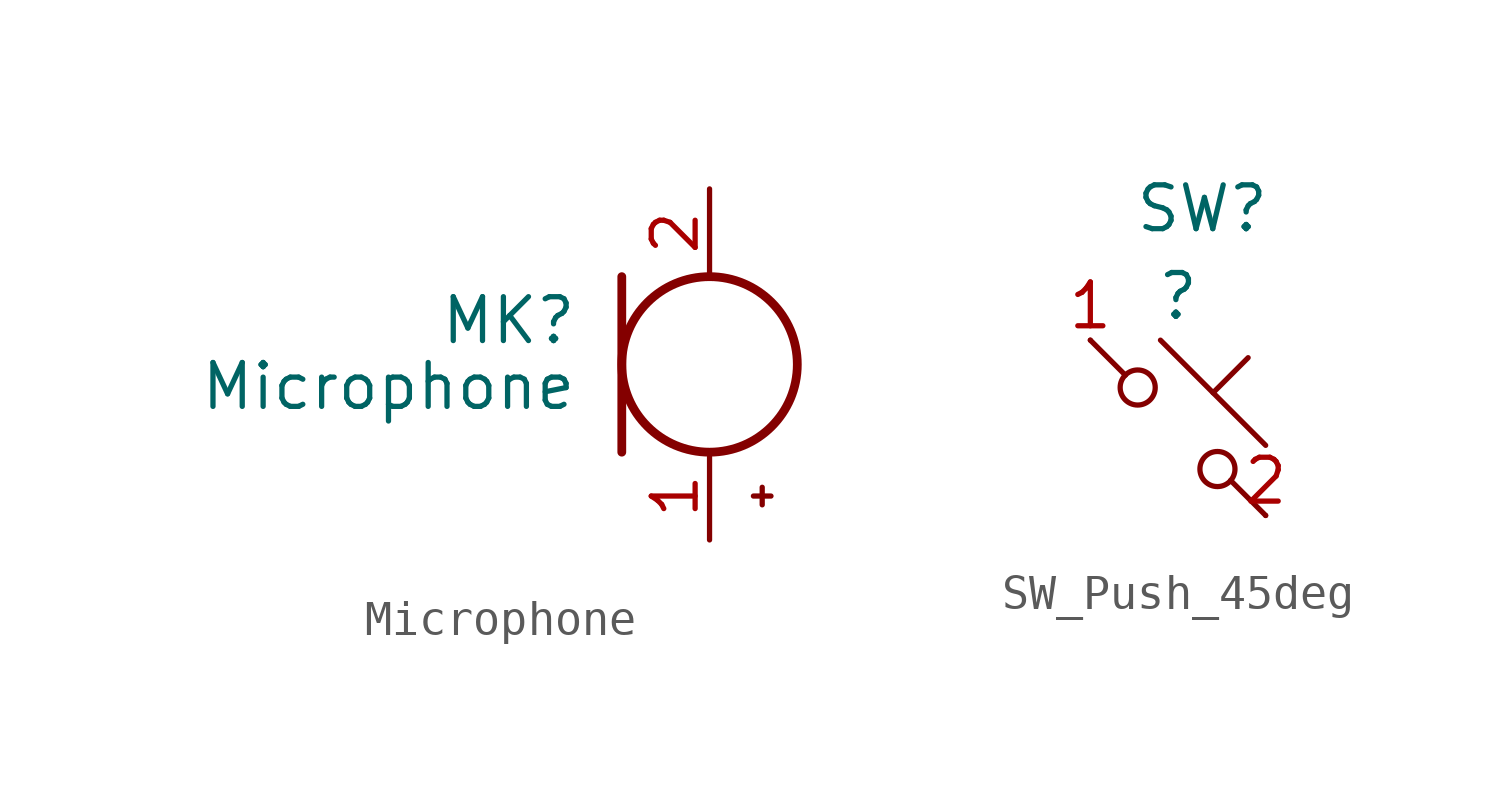
<source format=kicad_sym>
(kicad_symbol_lib
  (version 20220914)
  (generator kicad_symbol_editor)
  (symbol "Microphone"
    (pin_names
      (offset 0.025) hide)
    (property "Reference" "MK"
      (at -3.81 1.27 0)
      (effects (font (size 1.27 1.27)) (justify right)))
    (property "Value" "Microphone"
      (at -3.81 -0.635 0)
      (effects (font (size 1.27 1.27)) (justify right)))
    (symbol "Microphone_0_1"
      (polyline (pts (xy -2.54 2.54) (xy -2.54 -2.54)) (stroke (width 0.254) (type default)) (fill (type none)))
      (polyline (pts (xy 1.27 -3.81) (xy 1.778 -3.81)) (stroke (width 0) (type default)) (fill (type none)))
      (polyline (pts (xy 1.524 -3.556) (xy 1.524 -4.064)) (stroke (width 0) (type default)) (fill (type none)))
      (circle (center 0 0) (radius 2.54) (stroke (width 0.254) (type default)) (fill (type none))))
    (symbol "Microphone_1_1"
      (pin passive line (at 0 -5.08 90) (length 2.54) (name "+" (effects (font (size 1.27 1.27)))) (number "1" (effects (font (size 1.27 1.27)))))
      (pin passive line (at 0 5.08 270) (length 2.54) (name "-" (effects (font (size 1.27 1.27)))) (number "2" (effects (font (size 1.27 1.27)))))))
  (symbol "SW_Push_45deg"
    (pin_names
      (offset 1.016) hide)
    (property "Reference" "SW"
      (at -1.27 6.35 0)
      (effects (font (size 1.27 1.27)) (justify left)))
    (property "Value" "?"
      (at 0 3.81 0)
      (effects (font (size 1.27 1.27))))
    (symbol "SW_Push_45deg_0_1"
      (circle (center -1.168 1.168) (radius 0.508) (stroke (width 0) (type default)) (fill (type none)))
      (polyline (pts (xy -0.508 2.54) (xy 2.54 -0.508)) (stroke (width 0) (type default)) (fill (type none)))
      (polyline (pts (xy 1.016 1.016) (xy 2.032 2.032)) (stroke (width 0) (type default)) (fill (type none)))
      (polyline (pts (xy -2.54 2.54) (xy -1.524 1.524) (xy -1.524 1.524)) (stroke (width 0) (type default)) (fill (type none)))
      (polyline (pts (xy 1.524 -1.524) (xy 2.54 -2.54) (xy 2.54 -2.54) (xy 2.54 -2.54)) (stroke (width 0) (type default)) (fill (type none)))
      (circle (center 1.143 -1.194) (radius 0.508) (stroke (width 0) (type default)) (fill (type none)))
      (pin passive line (at -2.54 2.54 0) (length 0) (name "1" (effects (font (size 1.27 1.27)))) (number "1" (effects (font (size 1.27 1.27)))))
      (pin passive line (at 2.54 -2.54 180) (length 0) (name "2" (effects (font (size 1.27 1.27)))) (number "2" (effects (font (size 1.27 1.27))))))))
</source>
